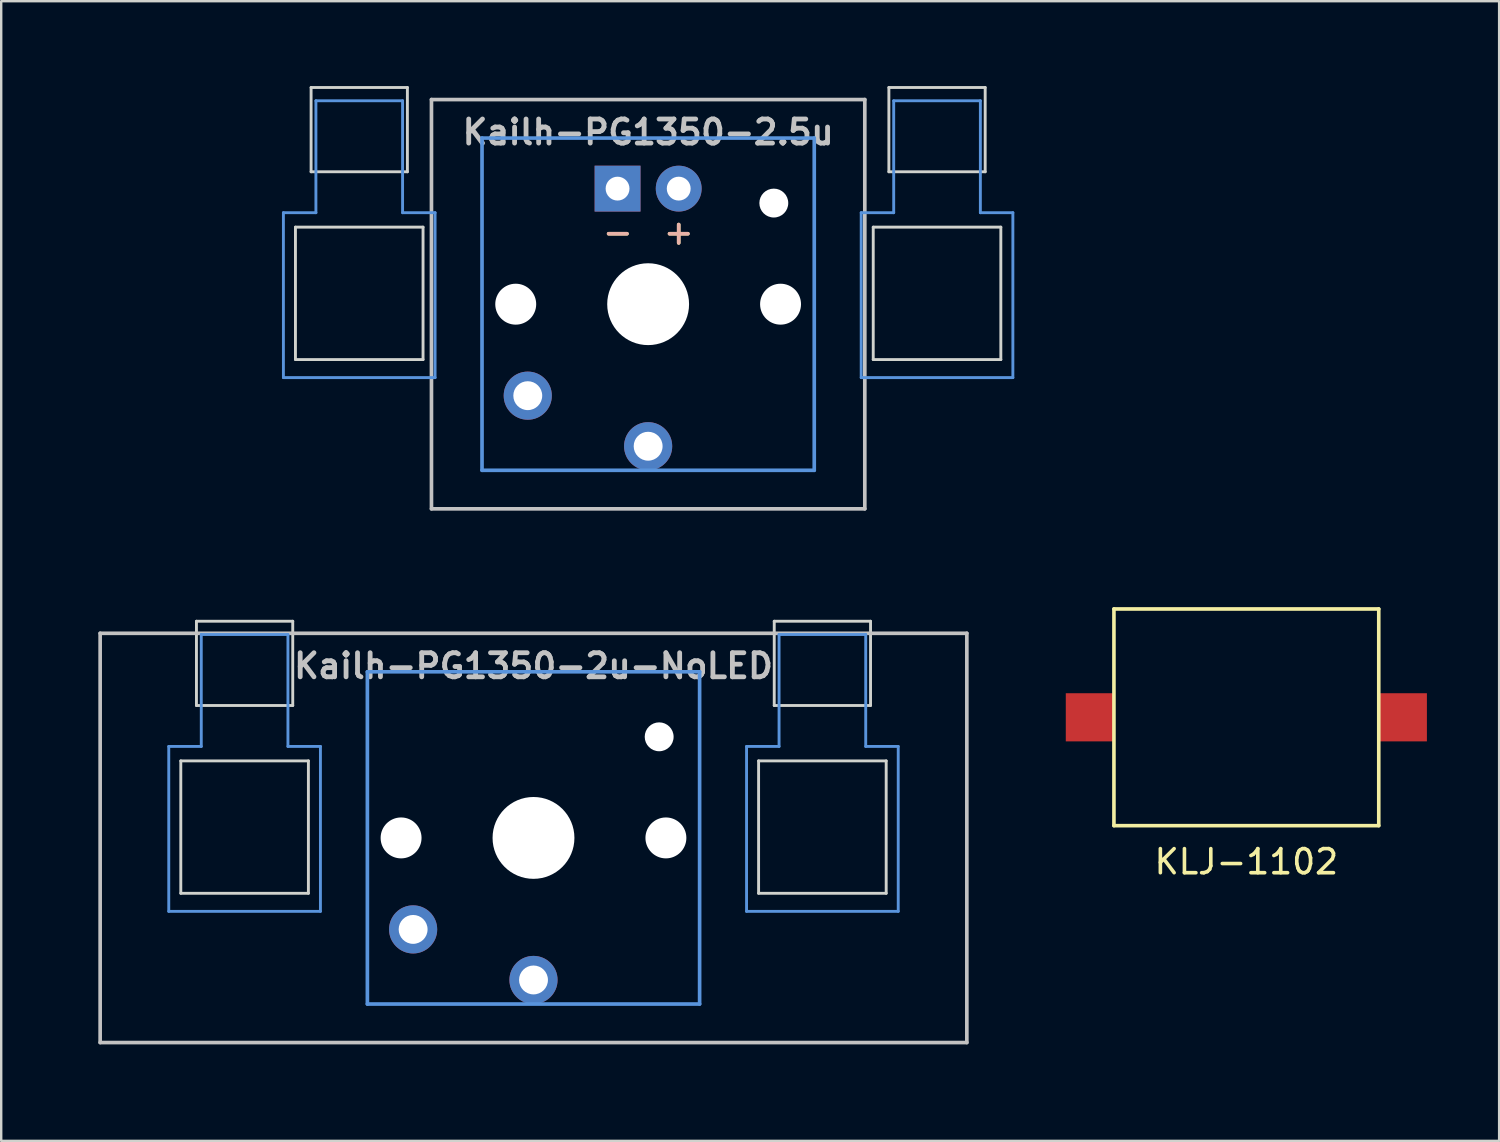
<source format=kicad_pcb>
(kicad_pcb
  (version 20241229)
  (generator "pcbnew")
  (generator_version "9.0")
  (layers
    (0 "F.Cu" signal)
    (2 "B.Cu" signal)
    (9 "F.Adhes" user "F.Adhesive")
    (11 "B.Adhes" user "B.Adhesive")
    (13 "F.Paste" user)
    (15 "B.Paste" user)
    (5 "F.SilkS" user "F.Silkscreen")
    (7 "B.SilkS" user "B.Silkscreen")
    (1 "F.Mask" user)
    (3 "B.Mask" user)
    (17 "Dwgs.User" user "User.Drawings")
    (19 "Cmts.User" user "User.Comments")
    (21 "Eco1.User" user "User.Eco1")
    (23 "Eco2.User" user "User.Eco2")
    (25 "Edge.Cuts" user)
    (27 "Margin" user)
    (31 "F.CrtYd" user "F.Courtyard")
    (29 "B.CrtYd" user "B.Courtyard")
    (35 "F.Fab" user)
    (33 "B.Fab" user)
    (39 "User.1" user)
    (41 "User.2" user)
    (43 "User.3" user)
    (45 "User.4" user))
  (footprint "Kailh-PG1350-2.5u"
    (layer "F.Cu")
    (at 23.872 9.585)
    (property "Reference" "Kailh-PG1350-2.5u" (at 0 -7.144 180) (layer "Dwgs.User") (effects (font (size 1 1) (thickness 0.2))))
    (attr through_hole)
    (fp_line (start -9 -8.5) (end 9 -8.5) (stroke (width 0.152) (type solid)) (layer "Dwgs.User"))
    (fp_line (start -9 8.5) (end -9 -8.5) (stroke (width 0.152) (type solid)) (layer "Dwgs.User"))
    (fp_line (start 9 -8.5) (end 9 8.5) (stroke (width 0.152) (type solid)) (layer "Dwgs.User"))
    (fp_line (start 9 8.5) (end -9 8.5) (stroke (width 0.152) (type solid)) (layer "Dwgs.User"))
    (fp_line (start -15.15 -3.8) (end -13.8 -3.8) (stroke (width 0.12) (type solid)) (layer "Cmts.User"))
    (fp_line (start -15.15 3.05) (end -15.15 -3.8) (stroke (width 0.12) (type solid)) (layer "Cmts.User"))
    (fp_line (start -15.15 3.05) (end -8.85 3.05) (stroke (width 0.12) (type solid)) (layer "Cmts.User"))
    (fp_line (start -13.8 -8.45) (end -13.8 -3.8) (stroke (width 0.12) (type solid)) (layer "Cmts.User"))
    (fp_line (start -13.8 -8.45) (end -10.2 -8.45) (stroke (width 0.12) (type solid)) (layer "Cmts.User"))
    (fp_line (start -10.2 -8.45) (end -10.2 -3.8) (stroke (width 0.12) (type solid)) (layer "Cmts.User"))
    (fp_line (start -10.2 -3.8) (end -8.85 -3.8) (stroke (width 0.12) (type solid)) (layer "Cmts.User"))
    (fp_line (start -8.85 3.05) (end -8.85 -3.8) (stroke (width 0.12) (type solid)) (layer "Cmts.User"))
    (fp_line (start -6.9 -6.9) (end 6.9 -6.9) (stroke (width 0.152) (type solid)) (layer "Cmts.User"))
    (fp_line (start -6.9 6.9) (end -6.9 -6.9) (stroke (width 0.152) (type solid)) (layer "Cmts.User"))
    (fp_line (start 6.9 -6.9) (end 6.9 6.9) (stroke (width 0.152) (type solid)) (layer "Cmts.User"))
    (fp_line (start 6.9 6.9) (end -6.9 6.9) (stroke (width 0.152) (type solid)) (layer "Cmts.User"))
    (fp_line (start 8.85 -3.8) (end 10.2 -3.8) (stroke (width 0.12) (type solid)) (layer "Cmts.User"))
    (fp_line (start 8.85 3.05) (end 8.85 -3.8) (stroke (width 0.12) (type solid)) (layer "Cmts.User"))
    (fp_line (start 8.85 3.05) (end 15.15 3.05) (stroke (width 0.12) (type solid)) (layer "Cmts.User"))
    (fp_line (start 10.2 -8.45) (end 10.2 -3.8) (stroke (width 0.12) (type solid)) (layer "Cmts.User"))
    (fp_line (start 10.2 -8.45) (end 13.8 -8.45) (stroke (width 0.12) (type solid)) (layer "Cmts.User"))
    (fp_line (start 13.8 -8.45) (end 13.8 -3.8) (stroke (width 0.12) (type solid)) (layer "Cmts.User"))
    (fp_line (start 13.8 -3.8) (end 15.15 -3.8) (stroke (width 0.12) (type solid)) (layer "Cmts.User"))
    (fp_line (start 15.15 3.05) (end 15.15 -3.8) (stroke (width 0.12) (type solid)) (layer "Cmts.User"))
    (fp_line (start -23.812 -9.525) (end -23.812 9.525) (stroke (width 0.12) (type solid)) (layer "Eco1.User"))
    (fp_line (start -23.812 -9.525) (end 23.812 -9.525) (stroke (width 0.12) (type solid)) (layer "Eco1.User"))
    (fp_line (start -23.812 9.525) (end 23.812 9.525) (stroke (width 0.12) (type solid)) (layer "Eco1.User"))
    (fp_line (start 23.812 -9.525) (end 23.812 9.525) (stroke (width 0.12) (type solid)) (layer "Eco1.User"))
    (fp_line (start -7.5 -7.5) (end 7.5 -7.5) (stroke (width 0.152) (type solid)) (layer "Eco2.User"))
    (fp_line (start -7.5 7.5) (end -7.5 -7.5) (stroke (width 0.152) (type solid)) (layer "Eco2.User"))
    (fp_line (start 7.5 -7.5) (end 7.5 7.5) (stroke (width 0.152) (type solid)) (layer "Eco2.User"))
    (fp_line (start 7.5 7.5) (end -7.5 7.5) (stroke (width 0.152) (type solid)) (layer "Eco2.User"))
    (fp_line (start -14.65 -3.2) (end -14.65 2.3) (stroke (width 0.12) (type solid)) (layer "Edge.Cuts"))
    (fp_line (start -14.65 -3.2) (end -9.35 -3.2) (stroke (width 0.12) (type solid)) (layer "Edge.Cuts"))
    (fp_line (start -14.65 2.3) (end -9.35 2.3) (stroke (width 0.12) (type solid)) (layer "Edge.Cuts"))
    (fp_line (start -14 -9) (end -14 -5.5) (stroke (width 0.12) (type solid)) (layer "Edge.Cuts"))
    (fp_line (start -14 -9) (end -10 -9) (stroke (width 0.12) (type solid)) (layer "Edge.Cuts"))
    (fp_line (start -14 -5.5) (end -10 -5.5) (stroke (width 0.12) (type solid)) (layer "Edge.Cuts"))
    (fp_line (start -10 -5.5) (end -10 -9) (stroke (width 0.12) (type solid)) (layer "Edge.Cuts"))
    (fp_line (start -9.35 2.3) (end -9.35 -3.2) (stroke (width 0.12) (type solid)) (layer "Edge.Cuts"))
    (fp_line (start 9.35 -3.2) (end 9.35 2.3) (stroke (width 0.12) (type solid)) (layer "Edge.Cuts"))
    (fp_line (start 9.35 -3.2) (end 14.65 -3.2) (stroke (width 0.12) (type solid)) (layer "Edge.Cuts"))
    (fp_line (start 9.35 2.3) (end 14.65 2.3) (stroke (width 0.12) (type solid)) (layer "Edge.Cuts"))
    (fp_line (start 10 -9) (end 10 -5.5) (stroke (width 0.12) (type solid)) (layer "Edge.Cuts"))
    (fp_line (start 10 -9) (end 14 -9) (stroke (width 0.12) (type solid)) (layer "Edge.Cuts"))
    (fp_line (start 10 -5.5) (end 14 -5.5) (stroke (width 0.12) (type solid)) (layer "Edge.Cuts"))
    (fp_line (start 14 -5.5) (end 14 -9) (stroke (width 0.12) (type solid)) (layer "Edge.Cuts"))
    (fp_line (start 14.65 2.3) (end 14.65 -3.2) (stroke (width 0.12) (type solid)) (layer "Edge.Cuts"))
    (fp_text user "+" (at 1.27 -3 180) (layer "F.SilkS") (effects (font (size 1 1) (thickness 0.15))))
    (fp_text user "-" (at -1.26 -3 180) (layer "F.SilkS") (effects (font (size 1 1) (thickness 0.15))))
    (fp_text user "-" (at -1.26 -3 180) (layer "B.SilkS") (effects (font (size 1 1) (thickness 0.15)) (justify mirror)))
    (fp_text user "+" (at 1.27 -3 180) (layer "B.SilkS") (effects (font (size 1 1) (thickness 0.15)) (justify mirror)))
    (pad "" np_thru_hole circle (at -5.5 0 180) (size 1.7 1.7) (drill 1.7) (layers "*.Cu" "*.Mask"))
    (pad "" np_thru_hole circle (at 0 0 180) (size 3.4 3.4) (drill 3.4) (layers "*.Cu" "*.Mask"))
    (pad "" np_thru_hole circle (at 5.22 -4.2 180) (size 1.2 1.2) (drill 1.2) (layers "*.Cu" "*.Mask"))
    (pad "" np_thru_hole circle (at 5.5 0 180) (size 1.7 1.7) (drill 1.7) (layers "*.Cu" "*.Mask"))
    (pad "1" thru_hole circle (at 0 5.9 180) (size 2 2) (drill 1.2) (layers "*.Cu" "*.Mask"))
    (pad "2" thru_hole circle (at -5 3.8 41.9) (size 2 2) (drill 1.2) (layers "*.Cu" "*.Mask"))
    (pad "3" thru_hole circle (at 1.27 -4.8 180) (size 1.905 1.905) (drill 0.991) (layers "*.Cu" "*.Mask"))
    (pad "4" thru_hole rect (at -1.27 -4.8 180) (size 1.905 1.905) (drill 0.991) (layers "*.Cu" "*.Mask")))
  (footprint "KLJ-1102"
    (layer "F.Cu")
    (at 48.72 26.745)
    (property "Reference" "KLJ-1102" (at 0 6 0) (layer "F.SilkS") (effects (font (size 1 1) (thickness 0.15))))
    (attr through_hole)
    (fp_line (start -5.5 -4.5) (end 5.5 -4.5) (stroke (width 0.15) (type solid)) (layer "F.SilkS"))
    (fp_line (start -5.5 4.5) (end -5.5 -4.5) (stroke (width 0.15) (type solid)) (layer "F.SilkS"))
    (fp_line (start 5.5 -4.5) (end 5.5 4.5) (stroke (width 0.15) (type solid)) (layer "F.SilkS"))
    (fp_line (start 5.5 4.5) (end -5.5 4.5) (stroke (width 0.15) (type solid)) (layer "F.SilkS"))
    (pad "1" smd rect (at -6.5 0) (size 2 2) (layers "F.Cu" "F.Mask" "F.Paste"))
    (pad "2" smd rect (at 6.5 0) (size 2 2) (layers "F.Cu" "F.Mask" "F.Paste")))
  (footprint "Kailh-PG1350-2u-NoLED"
    (layer "F.Cu")
    (at 19.11 31.755)
    (property "Reference" "Kailh-PG1350-2u-NoLED" (at 0 -7.144 180) (layer "Dwgs.User") (effects (font (size 1 1) (thickness 0.2))))
    (attr through_hole)
    (fp_line (start -18 -8.5) (end 18 -8.5) (stroke (width 0.152) (type solid)) (layer "Dwgs.User"))
    (fp_line (start -18 8.5) (end -18 -8.5) (stroke (width 0.152) (type solid)) (layer "Dwgs.User"))
    (fp_line (start 18 -8.5) (end 18 8.5) (stroke (width 0.152) (type solid)) (layer "Dwgs.User"))
    (fp_line (start 18 8.5) (end -18 8.5) (stroke (width 0.152) (type solid)) (layer "Dwgs.User"))
    (fp_line (start -15.15 -3.8) (end -13.8 -3.8) (stroke (width 0.12) (type solid)) (layer "Cmts.User"))
    (fp_line (start -15.15 3.05) (end -15.15 -3.8) (stroke (width 0.12) (type solid)) (layer "Cmts.User"))
    (fp_line (start -15.15 3.05) (end -8.85 3.05) (stroke (width 0.12) (type solid)) (layer "Cmts.User"))
    (fp_line (start -13.8 -8.45) (end -13.8 -3.8) (stroke (width 0.12) (type solid)) (layer "Cmts.User"))
    (fp_line (start -13.8 -8.45) (end -10.2 -8.45) (stroke (width 0.12) (type solid)) (layer "Cmts.User"))
    (fp_line (start -10.2 -8.45) (end -10.2 -3.8) (stroke (width 0.12) (type solid)) (layer "Cmts.User"))
    (fp_line (start -10.2 -3.8) (end -8.85 -3.8) (stroke (width 0.12) (type solid)) (layer "Cmts.User"))
    (fp_line (start -8.85 3.05) (end -8.85 -3.8) (stroke (width 0.12) (type solid)) (layer "Cmts.User"))
    (fp_line (start -6.9 -6.9) (end 6.9 -6.9) (stroke (width 0.152) (type solid)) (layer "Cmts.User"))
    (fp_line (start -6.9 6.9) (end -6.9 -6.9) (stroke (width 0.152) (type solid)) (layer "Cmts.User"))
    (fp_line (start 6.9 -6.9) (end 6.9 6.9) (stroke (width 0.152) (type solid)) (layer "Cmts.User"))
    (fp_line (start 6.9 6.9) (end -6.9 6.9) (stroke (width 0.152) (type solid)) (layer "Cmts.User"))
    (fp_line (start 8.85 -3.8) (end 10.2 -3.8) (stroke (width 0.12) (type solid)) (layer "Cmts.User"))
    (fp_line (start 8.85 3.05) (end 8.85 -3.8) (stroke (width 0.12) (type solid)) (layer "Cmts.User"))
    (fp_line (start 8.85 3.05) (end 15.15 3.05) (stroke (width 0.12) (type solid)) (layer "Cmts.User"))
    (fp_line (start 10.2 -8.45) (end 10.2 -3.8) (stroke (width 0.12) (type solid)) (layer "Cmts.User"))
    (fp_line (start 10.2 -8.45) (end 13.8 -8.45) (stroke (width 0.12) (type solid)) (layer "Cmts.User"))
    (fp_line (start 13.8 -8.45) (end 13.8 -3.8) (stroke (width 0.12) (type solid)) (layer "Cmts.User"))
    (fp_line (start 13.8 -3.8) (end 15.15 -3.8) (stroke (width 0.12) (type solid)) (layer "Cmts.User"))
    (fp_line (start 15.15 3.05) (end 15.15 -3.8) (stroke (width 0.12) (type solid)) (layer "Cmts.User"))
    (fp_line (start -19.05 -9.525) (end -19.05 9.525) (stroke (width 0.12) (type solid)) (layer "Eco1.User"))
    (fp_line (start -19.05 -9.525) (end 19.05 -9.525) (stroke (width 0.12) (type solid)) (layer "Eco1.User"))
    (fp_line (start -19.05 9.525) (end 19.05 9.525) (stroke (width 0.12) (type solid)) (layer "Eco1.User"))
    (fp_line (start 19.05 -9.525) (end 19.05 9.525) (stroke (width 0.12) (type solid)) (layer "Eco1.User"))
    (fp_line (start -7.5 -7.5) (end 7.5 -7.5) (stroke (width 0.152) (type solid)) (layer "Eco2.User"))
    (fp_line (start -7.5 7.5) (end -7.5 -7.5) (stroke (width 0.152) (type solid)) (layer "Eco2.User"))
    (fp_line (start 7.5 -7.5) (end 7.5 7.5) (stroke (width 0.152) (type solid)) (layer "Eco2.User"))
    (fp_line (start 7.5 7.5) (end -7.5 7.5) (stroke (width 0.152) (type solid)) (layer "Eco2.User"))
    (fp_line (start -14.65 -3.2) (end -14.65 2.3) (stroke (width 0.12) (type solid)) (layer "Edge.Cuts"))
    (fp_line (start -14.65 -3.2) (end -9.35 -3.2) (stroke (width 0.12) (type solid)) (layer "Edge.Cuts"))
    (fp_line (start -14.65 2.3) (end -9.35 2.3) (stroke (width 0.12) (type solid)) (layer "Edge.Cuts"))
    (fp_line (start -14 -9) (end -14 -5.5) (stroke (width 0.12) (type solid)) (layer "Edge.Cuts"))
    (fp_line (start -14 -9) (end -10 -9) (stroke (width 0.12) (type solid)) (layer "Edge.Cuts"))
    (fp_line (start -14 -5.5) (end -10 -5.5) (stroke (width 0.12) (type solid)) (layer "Edge.Cuts"))
    (fp_line (start -10 -5.5) (end -10 -9) (stroke (width 0.12) (type solid)) (layer "Edge.Cuts"))
    (fp_line (start -9.35 2.3) (end -9.35 -3.2) (stroke (width 0.12) (type solid)) (layer "Edge.Cuts"))
    (fp_line (start 9.35 -3.2) (end 9.35 2.3) (stroke (width 0.12) (type solid)) (layer "Edge.Cuts"))
    (fp_line (start 9.35 -3.2) (end 14.65 -3.2) (stroke (width 0.12) (type solid)) (layer "Edge.Cuts"))
    (fp_line (start 9.35 2.3) (end 14.65 2.3) (stroke (width 0.12) (type solid)) (layer "Edge.Cuts"))
    (fp_line (start 10 -9) (end 10 -5.5) (stroke (width 0.12) (type solid)) (layer "Edge.Cuts"))
    (fp_line (start 10 -9) (end 14 -9) (stroke (width 0.12) (type solid)) (layer "Edge.Cuts"))
    (fp_line (start 10 -5.5) (end 14 -5.5) (stroke (width 0.12) (type solid)) (layer "Edge.Cuts"))
    (fp_line (start 14 -5.5) (end 14 -9) (stroke (width 0.12) (type solid)) (layer "Edge.Cuts"))
    (fp_line (start 14.65 2.3) (end 14.65 -3.2) (stroke (width 0.12) (type solid)) (layer "Edge.Cuts"))
    (pad "" np_thru_hole circle (at -5.5 0 180) (size 1.7 1.7) (drill 1.7) (layers "*.Cu" "*.Mask"))
    (pad "" np_thru_hole circle (at 0 0 180) (size 3.4 3.4) (drill 3.4) (layers "*.Cu" "*.Mask"))
    (pad "" np_thru_hole circle (at 5.22 -4.2 180) (size 1.2 1.2) (drill 1.2) (layers "*.Cu" "*.Mask"))
    (pad "" np_thru_hole circle (at 5.5 0 180) (size 1.7 1.7) (drill 1.7) (layers "*.Cu" "*.Mask"))
    (pad "1" thru_hole circle (at 0 5.9 180) (size 2 2) (drill 1.2) (layers "*.Cu" "*.Mask"))
    (pad "2" thru_hole circle (at -5 3.8 41.9) (size 2 2) (drill 1.2) (layers "*.Cu" "*.Mask")))
  (gr_rect
    (start -3 -3)
    (end 59.22 44.34)
    (stroke (width 0.1) (type default))
    (fill no)
    (layer "Edge.Cuts")))
</source>
